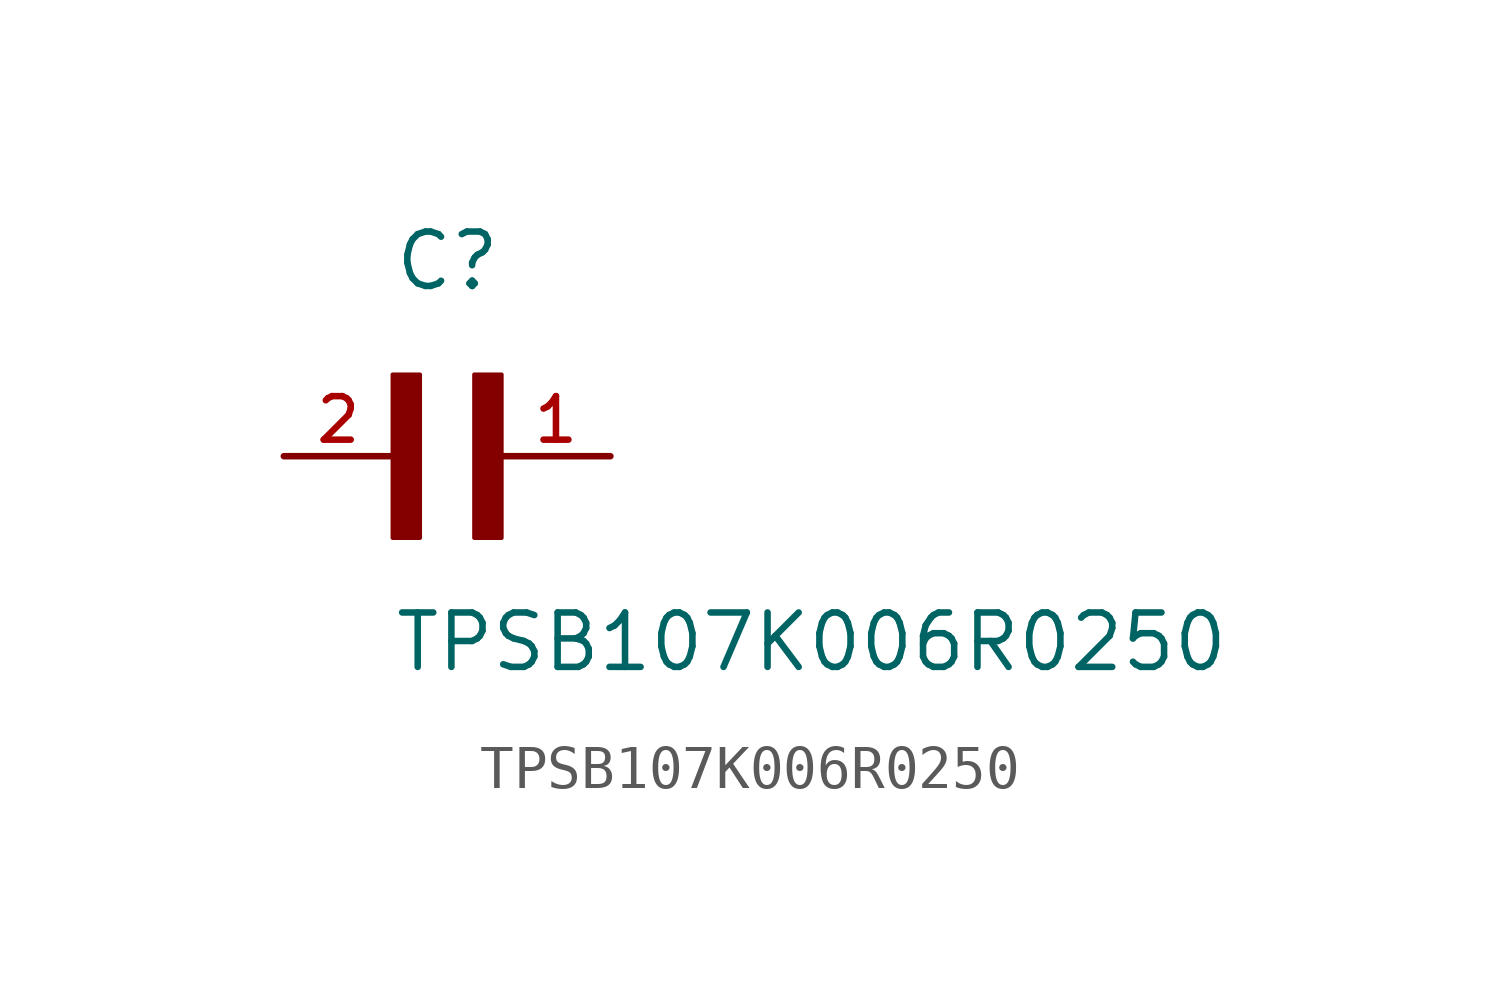
<source format=kicad_sym>
(kicad_symbol_lib
  (version 20211014)
  (generator kicad_symbol_editor)
  (symbol "TPSB107K006R0250"
    (pin_names
      (offset 1.016))
    (property "Reference" "C"
      (at 0.0 3.81 0)
      (effects (font (size 1.27 1.27)) (justify bottom left)))
    (property "Value" "TPSB107K006R0250"
      (at 0.0 -5.08 0)
      (effects (font (size 1.27 1.27)) (justify bottom left)))
    (symbol "TPSB107K006R0250_0_0"
      (rectangle (start 0.0 -1.905) (end 0.635 1.905) (stroke (width 0.1)) (fill (type outline)))
      (rectangle (start 1.905 -1.905) (end 2.54 1.905) (stroke (width 0.1)) (fill (type outline)))
      (pin passive line (at 5.08 0.0 180.0) (length 2.54) (name "~" (effects (font (size 1.016 1.016)))) (number "1" (effects (font (size 1.016 1.016)))))
      (pin passive line (at -2.54 0.0 0) (length 2.54) (name "~" (effects (font (size 1.016 1.016)))) (number "2" (effects (font (size 1.016 1.016))))))))
</source>
